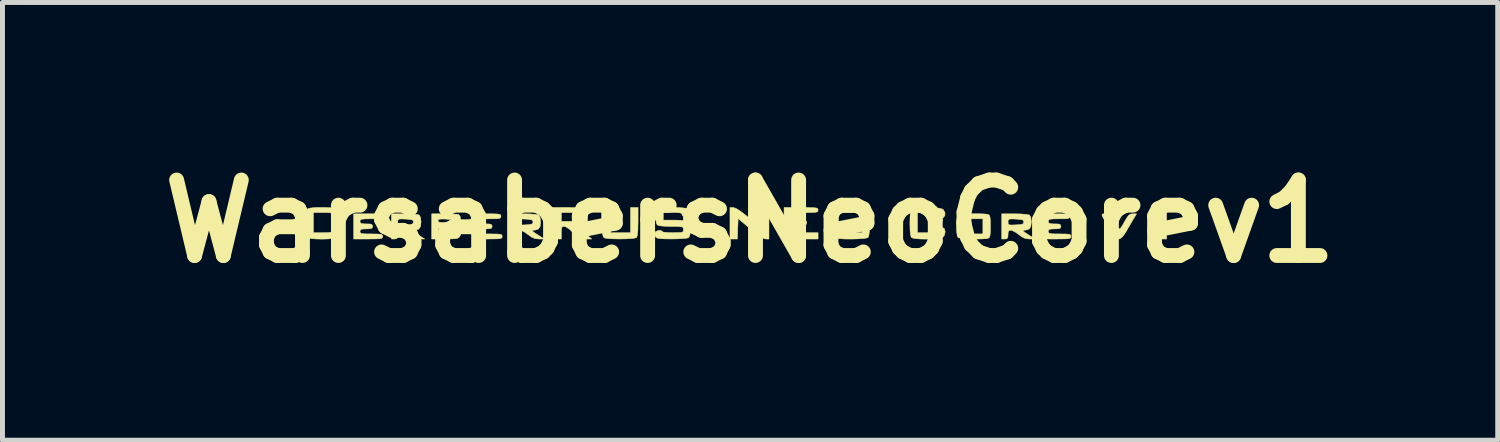
<source format=kicad_pcb>
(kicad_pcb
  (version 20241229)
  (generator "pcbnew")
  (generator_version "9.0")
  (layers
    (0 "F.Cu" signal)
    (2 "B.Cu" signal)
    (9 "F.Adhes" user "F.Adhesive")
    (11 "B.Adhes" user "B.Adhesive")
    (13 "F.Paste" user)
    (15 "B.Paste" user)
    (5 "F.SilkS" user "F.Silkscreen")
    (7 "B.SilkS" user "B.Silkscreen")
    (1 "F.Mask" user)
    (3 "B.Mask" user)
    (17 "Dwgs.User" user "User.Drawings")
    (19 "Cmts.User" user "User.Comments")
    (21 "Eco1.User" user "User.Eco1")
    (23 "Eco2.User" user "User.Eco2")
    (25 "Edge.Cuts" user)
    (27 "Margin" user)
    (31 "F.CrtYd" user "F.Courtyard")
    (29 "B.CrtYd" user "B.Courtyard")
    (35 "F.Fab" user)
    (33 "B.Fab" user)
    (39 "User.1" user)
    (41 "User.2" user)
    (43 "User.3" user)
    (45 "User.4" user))
  (footprint "WarsabersNeoCorev1"
    (layer "F.Cu")
    (at 12.09 1.418)
    (property "Reference" "WarsabersNeoCorev1" (at 0 0 0) (layer "F.SilkS") (effects (font (size 1.524 1.524) (thickness 0.3))))
    (attr through_hole)
    (fp_poly (pts (xy 8.407 0.356) (xy 8.255 0.356) (xy 8.255 -0.152) (xy 8.191 -0.152) (xy 8.142 -0.164) (xy 8.128 -0.203) (xy 8.144 -0.244) (xy 8.188 -0.254) (xy 8.258 -0.259) (xy 8.328 -0.27) (xy 8.407 -0.286) (xy 8.407 0.356)) (stroke (width 0.01) (type solid)) (fill yes) (layer "F.SilkS"))
    (fp_poly (pts (xy -0.288 -0.263) (xy -0.207 -0.214) (xy -0.095 -0.129) (xy -0.029 -0.075) (xy 0.216 0.129) (xy 0.231 -0.279) (xy 0.381 -0.279) (xy 0.381 0.356) (xy 0.314 0.356) (xy 0.264 0.341) (xy 0.19 0.296) (xy 0.086 0.218) (xy 0.003 0.149) (xy -0.241 -0.057) (xy -0.249 0.149) (xy -0.256 0.356) (xy -0.406 0.356) (xy -0.406 -0.279) (xy -0.341 -0.279) (xy -0.288 -0.263)) (stroke (width 0.01) (type solid)) (fill yes) (layer "F.SilkS"))
    (fp_poly (pts (xy -2.819 0.229) (xy -2.413 0.229) (xy -2.413 -0.279) (xy -2.261 -0.279) (xy -2.261 0.008) (xy -2.264 0.16) (xy -2.272 0.264) (xy -2.287 0.319) (xy -2.291 0.325) (xy -2.328 0.338) (xy -2.404 0.347) (xy -2.505 0.353) (xy -2.618 0.355) (xy -2.732 0.354) (xy -2.834 0.35) (xy -2.91 0.341) (xy -2.946 0.331) (xy -2.964 0.308) (xy -2.977 0.259) (xy -2.986 0.177) (xy -2.992 0.053) (xy -2.993 0.014) (xy -3.002 -0.279) (xy -2.819 -0.279) (xy -2.819 0.229)) (stroke (width 0.01) (type solid)) (fill yes) (layer "F.SilkS"))
    (fp_poly (pts (xy 7.735 -0.044) (xy 7.686 0.039) (xy 7.627 0.14) (xy 7.588 0.21) (xy 7.522 0.307) (xy 7.462 0.354) (xy 7.406 0.35) (xy 7.357 0.298) (xy 7.325 0.247) (xy 7.277 0.17) (xy 7.233 0.101) (xy 7.166 -0.007) (xy 7.124 -0.079) (xy 7.104 -0.122) (xy 7.106 -0.144) (xy 7.126 -0.151) (xy 7.163 -0.152) (xy 7.214 -0.145) (xy 7.254 -0.116) (xy 7.298 -0.054) (xy 7.309 -0.035) (xy 7.372 0.069) (xy 7.415 0.132) (xy 7.448 0.154) (xy 7.478 0.139) (xy 7.514 0.086) (xy 7.553 0.016) (xy 7.604 -0.071) (xy 7.642 -0.122) (xy 7.677 -0.146) (xy 7.717 -0.152) (xy 7.724 -0.152) (xy 7.801 -0.152) (xy 7.735 -0.044)) (stroke (width 0.01) (type solid)) (fill yes) (layer "F.SilkS"))
    (fp_poly (pts (xy 4.722 -0.15) (xy 4.791 -0.142) (xy 4.811 -0.137) (xy 4.831 -0.12) (xy 4.844 -0.08) (xy 4.85 -0.009) (xy 4.851 0.102) (xy 4.85 0.214) (xy 4.843 0.284) (xy 4.831 0.323) (xy 4.811 0.34) (xy 4.76 0.35) (xy 4.675 0.355) (xy 4.57 0.357) (xy 4.459 0.355) (xy 4.352 0.35) (xy 4.264 0.342) (xy 4.208 0.331) (xy 4.196 0.325) (xy 4.18 0.283) (xy 4.169 0.2) (xy 4.166 0.102) (xy 4.17 -0.007) (xy 4.176 -0.051) (xy 4.318 -0.051) (xy 4.318 0.254) (xy 4.699 0.254) (xy 4.699 -0.051) (xy 4.318 -0.051) (xy 4.176 -0.051) (xy 4.181 -0.086) (xy 4.196 -0.122) (xy 4.232 -0.134) (xy 4.306 -0.143) (xy 4.405 -0.15) (xy 4.516 -0.153) (xy 4.626 -0.153) (xy 4.722 -0.15)) (stroke (width 0.01) (type solid)) (fill yes) (layer "F.SilkS"))
    (fp_poly (pts (xy 1.166 -0.279) (xy 1.261 -0.277) (xy 1.321 -0.272) (xy 1.355 -0.264) (xy 1.369 -0.25) (xy 1.372 -0.23) (xy 1.372 -0.229) (xy 1.368 -0.205) (xy 1.352 -0.191) (xy 1.313 -0.182) (xy 1.242 -0.179) (xy 1.131 -0.178) (xy 1.118 -0.178) (xy 0.864 -0.178) (xy 0.864 -0.102) (xy 0.866 -0.058) (xy 0.881 -0.035) (xy 0.922 -0.027) (xy 1.001 -0.025) (xy 1.003 -0.025) (xy 1.084 -0.023) (xy 1.126 -0.014) (xy 1.142 0.008) (xy 1.143 0.025) (xy 1.137 0.055) (xy 1.111 0.07) (xy 1.052 0.076) (xy 1.003 0.076) (xy 0.923 0.077) (xy 0.882 0.086) (xy 0.866 0.108) (xy 0.864 0.151) (xy 0.864 0.229) (xy 1.372 0.229) (xy 1.372 0.356) (xy 0.686 0.356) (xy 0.686 -0.279) (xy 1.029 -0.279) (xy 1.166 -0.279)) (stroke (width 0.01) (type solid)) (fill yes) (layer "F.SilkS"))
    (fp_poly (pts (xy -3.5 -0.277) (xy -3.386 -0.27) (xy -3.322 -0.257) (xy -3.307 -0.249) (xy -3.288 -0.203) (xy -3.278 -0.128) (xy -3.279 -0.043) (xy -3.289 0.03) (xy -3.307 0.071) (xy -3.354 0.094) (xy -3.41 0.102) (xy -3.453 0.106) (xy -3.465 0.121) (xy -3.443 0.153) (xy -3.383 0.206) (xy -3.323 0.255) (xy -3.196 0.356) (xy -3.32 0.356) (xy -3.388 0.353) (xy -3.44 0.338) (xy -3.49 0.304) (xy -3.555 0.242) (xy -3.569 0.229) (xy -3.652 0.153) (xy -3.721 0.11) (xy -3.752 0.102) (xy -3.786 0.107) (xy -3.804 0.13) (xy -3.81 0.185) (xy -3.81 0.229) (xy -3.81 0.356) (xy -3.988 0.356) (xy -3.988 -0.178) (xy -3.81 -0.178) (xy -3.81 0) (xy -3.454 0) (xy -3.454 -0.178) (xy -3.81 -0.178) (xy -3.988 -0.178) (xy -3.988 -0.279) (xy -3.663 -0.279) (xy -3.5 -0.277)) (stroke (width 0.01) (type solid)) (fill yes) (layer "F.SilkS"))
    (fp_poly (pts (xy 2.114 -0.28) (xy 2.226 -0.275) (xy 2.315 -0.267) (xy 2.372 -0.255) (xy 2.383 -0.249) (xy 2.397 -0.209) (xy 2.407 -0.132) (xy 2.413 -0.032) (xy 2.413 0.076) (xy 2.409 0.18) (xy 2.401 0.265) (xy 2.387 0.318) (xy 2.383 0.325) (xy 2.344 0.338) (xy 2.267 0.348) (xy 2.163 0.354) (xy 2.045 0.357) (xy 1.924 0.356) (xy 1.813 0.351) (xy 1.723 0.343) (xy 1.667 0.331) (xy 1.656 0.325) (xy 1.641 0.285) (xy 1.631 0.208) (xy 1.626 0.108) (xy 1.625 -0.000192) (xy 1.629 -0.104) (xy 1.637 -0.178) (xy 1.778 -0.178) (xy 1.778 0.229) (xy 2.261 0.229) (xy 2.261 -0.178) (xy 1.778 -0.178) (xy 1.637 -0.178) (xy 1.638 -0.189) (xy 1.651 -0.242) (xy 1.656 -0.249) (xy 1.694 -0.262) (xy 1.772 -0.272) (xy 1.875 -0.278) (xy 1.993 -0.281) (xy 2.114 -0.28)) (stroke (width 0.01) (type solid)) (fill yes) (layer "F.SilkS"))
    (fp_poly (pts (xy -7.599 -0.152) (xy -7.519 -0.149) (xy -7.472 -0.142) (xy -7.449 -0.13) (xy -7.443 -0.111) (xy -7.442 -0.102) (xy -7.446 -0.077) (xy -7.465 -0.062) (xy -7.508 -0.054) (xy -7.586 -0.051) (xy -7.658 -0.051) (xy -7.763 -0.05) (xy -7.827 -0.045) (xy -7.86 -0.035) (xy -7.873 -0.017) (xy -7.874 0) (xy -7.867 0.03) (xy -7.839 0.046) (xy -7.776 0.051) (xy -7.747 0.051) (xy -7.671 0.053) (xy -7.633 0.065) (xy -7.621 0.09) (xy -7.62 0.102) (xy -7.627 0.132) (xy -7.655 0.147) (xy -7.718 0.152) (xy -7.747 0.152) (xy -7.823 0.155) (xy -7.861 0.166) (xy -7.873 0.191) (xy -7.874 0.203) (xy -7.87 0.227) (xy -7.852 0.242) (xy -7.811 0.25) (xy -7.736 0.254) (xy -7.645 0.254) (xy -7.537 0.255) (xy -7.469 0.259) (xy -7.433 0.268) (xy -7.419 0.285) (xy -7.417 0.305) (xy -7.42 0.327) (xy -7.435 0.341) (xy -7.47 0.35) (xy -7.535 0.354) (xy -7.637 0.355) (xy -7.709 0.356) (xy -8.001 0.356) (xy -8.001 -0.152) (xy -7.722 -0.152) (xy -7.599 -0.152)) (stroke (width 0.01) (type solid)) (fill yes) (layer "F.SilkS"))
    (fp_poly (pts (xy -5.186 -0.152) (xy -5.106 -0.149) (xy -5.059 -0.142) (xy -5.036 -0.13) (xy -5.03 -0.111) (xy -5.029 -0.102) (xy -5.033 -0.077) (xy -5.052 -0.062) (xy -5.095 -0.054) (xy -5.173 -0.051) (xy -5.245 -0.051) (xy -5.35 -0.05) (xy -5.414 -0.045) (xy -5.447 -0.035) (xy -5.46 -0.017) (xy -5.461 0) (xy -5.454 0.03) (xy -5.426 0.046) (xy -5.363 0.051) (xy -5.334 0.051) (xy -5.258 0.053) (xy -5.22 0.065) (xy -5.208 0.09) (xy -5.207 0.102) (xy -5.214 0.132) (xy -5.242 0.147) (xy -5.305 0.152) (xy -5.334 0.152) (xy -5.41 0.155) (xy -5.448 0.166) (xy -5.46 0.191) (xy -5.461 0.203) (xy -5.457 0.227) (xy -5.439 0.242) (xy -5.398 0.25) (xy -5.323 0.254) (xy -5.232 0.254) (xy -5.124 0.255) (xy -5.056 0.259) (xy -5.02 0.268) (xy -5.006 0.285) (xy -5.004 0.305) (xy -5.007 0.327) (xy -5.022 0.341) (xy -5.057 0.35) (xy -5.122 0.354) (xy -5.224 0.355) (xy -5.296 0.356) (xy -5.588 0.356) (xy -5.588 -0.152) (xy -5.309 -0.152) (xy -5.186 -0.152)) (stroke (width 0.01) (type solid)) (fill yes) (layer "F.SilkS"))
    (fp_poly (pts (xy 6.294 -0.152) (xy 6.375 -0.149) (xy 6.422 -0.142) (xy 6.444 -0.13) (xy 6.451 -0.111) (xy 6.452 -0.102) (xy 6.448 -0.077) (xy 6.429 -0.062) (xy 6.386 -0.054) (xy 6.308 -0.051) (xy 6.236 -0.051) (xy 6.131 -0.05) (xy 6.067 -0.045) (xy 6.033 -0.035) (xy 6.021 -0.017) (xy 6.02 0) (xy 6.026 0.03) (xy 6.055 0.046) (xy 6.117 0.051) (xy 6.147 0.051) (xy 6.223 0.053) (xy 6.261 0.065) (xy 6.273 0.09) (xy 6.274 0.102) (xy 6.267 0.132) (xy 6.239 0.147) (xy 6.176 0.152) (xy 6.147 0.152) (xy 6.071 0.155) (xy 6.033 0.166) (xy 6.02 0.191) (xy 6.02 0.203) (xy 6.024 0.227) (xy 6.042 0.242) (xy 6.083 0.25) (xy 6.158 0.254) (xy 6.248 0.254) (xy 6.357 0.255) (xy 6.424 0.259) (xy 6.461 0.268) (xy 6.475 0.285) (xy 6.477 0.305) (xy 6.474 0.327) (xy 6.459 0.341) (xy 6.423 0.35) (xy 6.359 0.354) (xy 6.256 0.355) (xy 6.185 0.356) (xy 5.893 0.356) (xy 5.893 -0.152) (xy 6.172 -0.152) (xy 6.294 -0.152)) (stroke (width 0.01) (type solid)) (fill yes) (layer "F.SilkS"))
    (fp_poly (pts (xy -8.595 -0.281) (xy -8.483 -0.276) (xy -8.386 -0.266) (xy -8.318 -0.251) (xy -8.295 -0.239) (xy -8.259 -0.18) (xy -8.259 -0.119) (xy -8.292 -0.075) (xy -8.312 -0.067) (xy -8.385 -0.053) (xy -8.421 -0.064) (xy -8.433 -0.105) (xy -8.433 -0.114) (xy -8.435 -0.147) (xy -8.449 -0.166) (xy -8.486 -0.175) (xy -8.556 -0.178) (xy -8.623 -0.178) (xy -8.814 -0.178) (xy -8.814 0.229) (xy -8.623 0.229) (xy -8.526 0.228) (xy -8.47 0.223) (xy -8.442 0.211) (xy -8.434 0.187) (xy -8.433 0.165) (xy -8.424 0.119) (xy -8.393 0.104) (xy -8.327 0.114) (xy -8.312 0.118) (xy -8.269 0.151) (xy -8.254 0.21) (xy -8.268 0.276) (xy -8.295 0.316) (xy -8.338 0.333) (xy -8.418 0.346) (xy -8.522 0.355) (xy -8.636 0.358) (xy -8.749 0.356) (xy -8.845 0.349) (xy -8.913 0.336) (xy -8.936 0.325) (xy -8.95 0.285) (xy -8.961 0.208) (xy -8.966 0.108) (xy -8.967 -0.000192) (xy -8.963 -0.104) (xy -8.954 -0.189) (xy -8.941 -0.242) (xy -8.936 -0.249) (xy -8.893 -0.265) (xy -8.814 -0.276) (xy -8.71 -0.281) (xy -8.595 -0.281)) (stroke (width 0.01) (type solid)) (fill yes) (layer "F.SilkS"))
    (fp_poly (pts (xy -6.979 -0.152) (xy -6.865 -0.15) (xy -6.769 -0.143) (xy -6.702 -0.134) (xy -6.68 -0.128) (xy -6.652 -0.081) (xy -6.642 0.008) (xy -6.642 0.013) (xy -6.652 0.104) (xy -6.686 0.155) (xy -6.752 0.176) (xy -6.782 0.178) (xy -6.81 0.182) (xy -6.807 0.197) (xy -6.768 0.227) (xy -6.707 0.267) (xy -6.568 0.356) (xy -6.677 0.356) (xy -6.757 0.347) (xy -6.827 0.316) (xy -6.894 0.267) (xy -6.965 0.217) (xy -7.029 0.184) (xy -7.057 0.178) (xy -7.095 0.186) (xy -7.11 0.222) (xy -7.112 0.267) (xy -7.117 0.327) (xy -7.138 0.351) (xy -7.176 0.356) (xy -7.239 0.356) (xy -7.239 0.013) (xy -7.112 0.013) (xy -7.11 0.049) (xy -7.095 0.068) (xy -7.055 0.074) (xy -6.98 0.072) (xy -6.953 0.071) (xy -6.866 0.065) (xy -6.818 0.054) (xy -6.798 0.035) (xy -6.795 0.013) (xy -6.801 -0.016) (xy -6.826 -0.032) (xy -6.883 -0.041) (xy -6.953 -0.046) (xy -7.04 -0.049) (xy -7.087 -0.045) (xy -7.107 -0.029) (xy -7.112 0.002) (xy -7.112 0.013) (xy -7.239 0.013) (xy -7.239 -0.152) (xy -6.979 -0.152)) (stroke (width 0.01) (type solid)) (fill yes) (layer "F.SilkS"))
    (fp_poly (pts (xy -4.566 -0.152) (xy -4.452 -0.15) (xy -4.356 -0.143) (xy -4.289 -0.134) (xy -4.267 -0.128) (xy -4.239 -0.081) (xy -4.229 0.008) (xy -4.229 0.013) (xy -4.239 0.104) (xy -4.273 0.155) (xy -4.339 0.176) (xy -4.369 0.178) (xy -4.397 0.182) (xy -4.394 0.197) (xy -4.355 0.227) (xy -4.294 0.267) (xy -4.155 0.356) (xy -4.264 0.356) (xy -4.344 0.347) (xy -4.414 0.316) (xy -4.481 0.267) (xy -4.552 0.217) (xy -4.616 0.184) (xy -4.644 0.178) (xy -4.682 0.186) (xy -4.697 0.222) (xy -4.699 0.267) (xy -4.704 0.327) (xy -4.725 0.351) (xy -4.763 0.356) (xy -4.826 0.356) (xy -4.826 0.013) (xy -4.699 0.013) (xy -4.697 0.049) (xy -4.682 0.068) (xy -4.642 0.074) (xy -4.567 0.072) (xy -4.54 0.071) (xy -4.453 0.065) (xy -4.405 0.054) (xy -4.385 0.035) (xy -4.381 0.013) (xy -4.388 -0.016) (xy -4.413 -0.032) (xy -4.47 -0.041) (xy -4.54 -0.046) (xy -4.627 -0.049) (xy -4.674 -0.045) (xy -4.694 -0.029) (xy -4.699 0.002) (xy -4.699 0.013) (xy -4.826 0.013) (xy -4.826 -0.152) (xy -4.566 -0.152)) (stroke (width 0.01) (type solid)) (fill yes) (layer "F.SilkS"))
    (fp_poly (pts (xy 3.597 -0.281) (xy 3.709 -0.276) (xy 3.806 -0.266) (xy 3.874 -0.251) (xy 3.897 -0.239) (xy 3.933 -0.18) (xy 3.933 -0.119) (xy 3.9 -0.075) (xy 3.88 -0.067) (xy 3.807 -0.053) (xy 3.771 -0.064) (xy 3.759 -0.105) (xy 3.759 -0.114) (xy 3.757 -0.147) (xy 3.743 -0.166) (xy 3.706 -0.175) (xy 3.636 -0.178) (xy 3.569 -0.178) (xy 3.378 -0.178) (xy 3.378 0.229) (xy 3.569 0.229) (xy 3.666 0.228) (xy 3.722 0.223) (xy 3.75 0.211) (xy 3.758 0.187) (xy 3.759 0.165) (xy 3.768 0.119) (xy 3.799 0.104) (xy 3.865 0.114) (xy 3.88 0.118) (xy 3.923 0.151) (xy 3.938 0.21) (xy 3.924 0.276) (xy 3.897 0.316) (xy 3.854 0.333) (xy 3.774 0.346) (xy 3.67 0.355) (xy 3.556 0.358) (xy 3.443 0.356) (xy 3.347 0.349) (xy 3.279 0.336) (xy 3.256 0.325) (xy 3.24 0.282) (xy 3.23 0.191) (xy 3.226 0.057) (xy 3.226 0.038) (xy 3.229 -0.101) (xy 3.239 -0.197) (xy 3.254 -0.246) (xy 3.256 -0.249) (xy 3.299 -0.265) (xy 3.378 -0.276) (xy 3.482 -0.281) (xy 3.597 -0.281)) (stroke (width 0.01) (type solid)) (fill yes) (layer "F.SilkS"))
    (fp_poly (pts (xy 5.34 -0.152) (xy 5.454 -0.15) (xy 5.55 -0.143) (xy 5.617 -0.134) (xy 5.639 -0.128) (xy 5.667 -0.081) (xy 5.677 0.008) (xy 5.677 0.013) (xy 5.667 0.104) (xy 5.633 0.155) (xy 5.567 0.176) (xy 5.537 0.178) (xy 5.509 0.182) (xy 5.512 0.197) (xy 5.551 0.227) (xy 5.612 0.267) (xy 5.751 0.356) (xy 5.642 0.356) (xy 5.562 0.347) (xy 5.492 0.316) (xy 5.425 0.267) (xy 5.354 0.217) (xy 5.29 0.184) (xy 5.262 0.178) (xy 5.224 0.186) (xy 5.209 0.222) (xy 5.207 0.267) (xy 5.202 0.327) (xy 5.181 0.351) (xy 5.144 0.356) (xy 5.08 0.356) (xy 5.08 0.013) (xy 5.207 0.013) (xy 5.209 0.049) (xy 5.224 0.068) (xy 5.264 0.074) (xy 5.339 0.072) (xy 5.366 0.071) (xy 5.453 0.065) (xy 5.501 0.054) (xy 5.521 0.035) (xy 5.524 0.013) (xy 5.518 -0.016) (xy 5.493 -0.032) (xy 5.436 -0.041) (xy 5.366 -0.046) (xy 5.279 -0.049) (xy 5.232 -0.045) (xy 5.212 -0.029) (xy 5.207 0.002) (xy 5.207 0.013) (xy 5.08 0.013) (xy 5.08 -0.152) (xy 5.34 -0.152)) (stroke (width 0.01) (type solid)) (fill yes) (layer "F.SilkS"))
    (fp_poly (pts (xy -6.062 -0.151) (xy -5.967 -0.147) (xy -5.902 -0.141) (xy -5.882 -0.137) (xy -5.854 -0.103) (xy -5.842 -0.042) (xy -5.849 0.024) (xy -5.872 0.071) (xy -5.888 0.097) (xy -5.875 0.102) (xy -5.845 0.123) (xy -5.83 0.175) (xy -5.833 0.239) (xy -5.854 0.295) (xy -5.875 0.322) (xy -5.901 0.34) (xy -5.944 0.35) (xy -6.014 0.354) (xy -6.12 0.356) (xy -6.16 0.356) (xy -6.426 0.356) (xy -6.426 0.191) (xy -6.299 0.191) (xy -6.297 0.226) (xy -6.282 0.245) (xy -6.242 0.252) (xy -6.167 0.25) (xy -6.14 0.249) (xy -6.053 0.243) (xy -6.005 0.232) (xy -5.985 0.213) (xy -5.982 0.191) (xy -5.988 0.162) (xy -6.013 0.146) (xy -6.07 0.137) (xy -6.14 0.132) (xy -6.227 0.129) (xy -6.274 0.133) (xy -6.295 0.148) (xy -6.299 0.18) (xy -6.299 0.191) (xy -6.426 0.191) (xy -6.426 -0.013) (xy -6.299 -0.013) (xy -6.291 0.01) (xy -6.259 0.02) (xy -6.192 0.022) (xy -6.14 0.02) (xy -6.058 0.013) (xy -6.001 0.000257) (xy -5.982 -0.013) (xy -6.005 -0.027) (xy -6.065 -0.039) (xy -6.14 -0.046) (xy -6.229 -0.048) (xy -6.278 -0.042) (xy -6.297 -0.026) (xy -6.299 -0.013) (xy -6.426 -0.013) (xy -6.426 -0.152) (xy -6.174 -0.152) (xy -6.062 -0.151)) (stroke (width 0.01) (type solid)) (fill yes) (layer "F.SilkS"))
    (fp_poly (pts (xy -1.434 -0.278) (xy -1.339 -0.27) (xy -1.272 -0.259) (xy -1.25 -0.249) (xy -1.227 -0.208) (xy -1.22 -0.161) (xy -1.23 -0.13) (xy -1.238 -0.127) (xy -1.276 -0.12) (xy -1.314 -0.111) (xy -1.359 -0.109) (xy -1.372 -0.137) (xy -1.38 -0.158) (xy -1.41 -0.171) (xy -1.473 -0.177) (xy -1.562 -0.178) (xy -1.753 -0.178) (xy -1.753 -0.025) (xy -1.518 -0.025) (xy -1.41 -0.022) (xy -1.319 -0.016) (xy -1.258 -0.006) (xy -1.245 -0.001) (xy -1.219 0.039) (xy -1.207 0.12) (xy -1.206 0.165) (xy -1.213 0.264) (xy -1.233 0.319) (xy -1.245 0.331) (xy -1.284 0.34) (xy -1.363 0.348) (xy -1.469 0.353) (xy -1.578 0.355) (xy -1.715 0.354) (xy -1.808 0.349) (xy -1.867 0.339) (xy -1.899 0.324) (xy -1.904 0.319) (xy -1.929 0.26) (xy -1.909 0.209) (xy -1.85 0.183) (xy -1.848 0.182) (xy -1.797 0.185) (xy -1.778 0.202) (xy -1.754 0.216) (xy -1.683 0.225) (xy -1.572 0.229) (xy -1.562 0.229) (xy -1.458 0.228) (xy -1.394 0.224) (xy -1.361 0.214) (xy -1.348 0.196) (xy -1.346 0.165) (xy -1.348 0.136) (xy -1.359 0.118) (xy -1.389 0.107) (xy -1.447 0.103) (xy -1.542 0.102) (xy -1.595 0.102) (xy -1.731 0.098) (xy -1.825 0.089) (xy -1.873 0.073) (xy -1.875 0.071) (xy -1.894 0.025) (xy -1.903 -0.05) (xy -1.903 -0.134) (xy -1.893 -0.208) (xy -1.875 -0.249) (xy -1.835 -0.263) (xy -1.758 -0.273) (xy -1.657 -0.279) (xy -1.545 -0.28) (xy -1.434 -0.278)) (stroke (width 0.01) (type solid)) (fill yes) (layer "F.SilkS")))
  (gr_rect
    (start -3 -3)
    (end 27.181 5.836)
    (stroke (width 0.1) (type default))
    (fill no)
    (layer "Edge.Cuts")))
</source>
